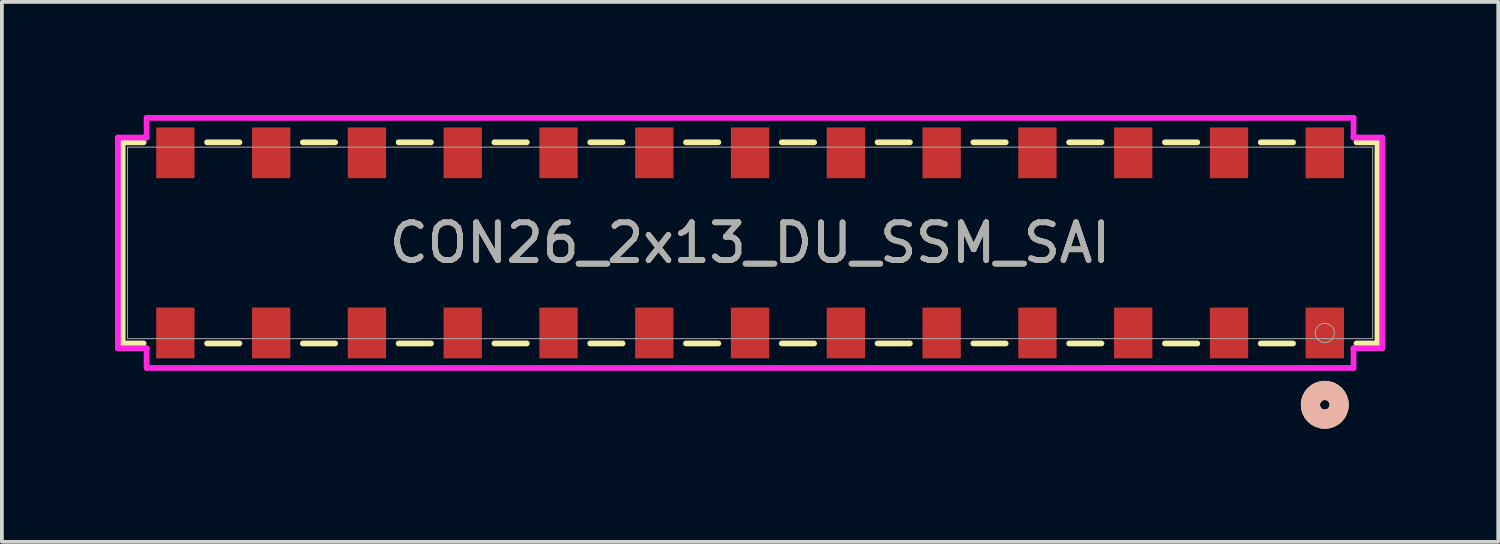
<source format=kicad_pcb>
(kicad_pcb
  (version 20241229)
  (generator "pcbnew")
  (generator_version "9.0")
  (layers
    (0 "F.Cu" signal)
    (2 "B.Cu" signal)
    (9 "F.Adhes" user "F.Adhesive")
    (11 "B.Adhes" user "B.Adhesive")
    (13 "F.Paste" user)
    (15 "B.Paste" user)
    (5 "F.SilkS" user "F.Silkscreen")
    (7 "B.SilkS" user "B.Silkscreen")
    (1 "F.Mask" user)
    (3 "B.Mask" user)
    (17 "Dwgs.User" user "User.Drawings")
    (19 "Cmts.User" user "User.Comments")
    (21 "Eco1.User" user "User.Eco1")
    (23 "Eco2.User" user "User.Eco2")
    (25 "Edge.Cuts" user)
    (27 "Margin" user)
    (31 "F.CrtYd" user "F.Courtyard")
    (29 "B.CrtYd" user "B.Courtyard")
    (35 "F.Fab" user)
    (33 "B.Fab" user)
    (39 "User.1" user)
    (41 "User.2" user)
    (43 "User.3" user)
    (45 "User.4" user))
  (footprint "CON26_2x13_DU_SSM_SAI"
    (layer "F.Cu")
    (at 16.84 3.391)
    (property "Reference" "CON26_2x13_DU_SSM_SAI" (at 0 0 0) (unlocked yes) (layer "F.SilkS") (effects (font (size 1 1) (thickness 0.15))))
    (attr smd)
    (fp_line (start -16.637 -2.667) (end -16.637 2.667) (stroke (width 0.152) (type solid)) (layer "F.SilkS"))
    (fp_line (start -16.637 2.667) (end -16.081 2.667) (stroke (width 0.152) (type solid)) (layer "F.SilkS"))
    (fp_line (start -16.081 -2.667) (end -16.637 -2.667) (stroke (width 0.152) (type solid)) (layer "F.SilkS"))
    (fp_line (start -14.399 2.667) (end -13.541 2.667) (stroke (width 0.152) (type solid)) (layer "F.SilkS"))
    (fp_line (start -13.541 -2.667) (end -14.399 -2.667) (stroke (width 0.152) (type solid)) (layer "F.SilkS"))
    (fp_line (start -11.859 2.667) (end -11.001 2.667) (stroke (width 0.152) (type solid)) (layer "F.SilkS"))
    (fp_line (start -11.001 -2.667) (end -11.859 -2.667) (stroke (width 0.152) (type solid)) (layer "F.SilkS"))
    (fp_line (start -9.319 2.667) (end -8.461 2.667) (stroke (width 0.152) (type solid)) (layer "F.SilkS"))
    (fp_line (start -8.461 -2.667) (end -9.319 -2.667) (stroke (width 0.152) (type solid)) (layer "F.SilkS"))
    (fp_line (start -6.779 2.667) (end -5.921 2.667) (stroke (width 0.152) (type solid)) (layer "F.SilkS"))
    (fp_line (start -5.921 -2.667) (end -6.779 -2.667) (stroke (width 0.152) (type solid)) (layer "F.SilkS"))
    (fp_line (start -4.239 2.667) (end -3.381 2.667) (stroke (width 0.152) (type solid)) (layer "F.SilkS"))
    (fp_line (start -3.381 -2.667) (end -4.239 -2.667) (stroke (width 0.152) (type solid)) (layer "F.SilkS"))
    (fp_line (start -1.699 2.667) (end -0.841 2.667) (stroke (width 0.152) (type solid)) (layer "F.SilkS"))
    (fp_line (start -0.841 -2.667) (end -1.699 -2.667) (stroke (width 0.152) (type solid)) (layer "F.SilkS"))
    (fp_line (start 0.841 2.667) (end 1.699 2.667) (stroke (width 0.152) (type solid)) (layer "F.SilkS"))
    (fp_line (start 1.699 -2.667) (end 0.841 -2.667) (stroke (width 0.152) (type solid)) (layer "F.SilkS"))
    (fp_line (start 3.381 2.667) (end 4.239 2.667) (stroke (width 0.152) (type solid)) (layer "F.SilkS"))
    (fp_line (start 4.239 -2.667) (end 3.381 -2.667) (stroke (width 0.152) (type solid)) (layer "F.SilkS"))
    (fp_line (start 5.921 2.667) (end 6.779 2.667) (stroke (width 0.152) (type solid)) (layer "F.SilkS"))
    (fp_line (start 6.779 -2.667) (end 5.921 -2.667) (stroke (width 0.152) (type solid)) (layer "F.SilkS"))
    (fp_line (start 8.461 2.667) (end 9.319 2.667) (stroke (width 0.152) (type solid)) (layer "F.SilkS"))
    (fp_line (start 9.319 -2.667) (end 8.461 -2.667) (stroke (width 0.152) (type solid)) (layer "F.SilkS"))
    (fp_line (start 11.001 2.667) (end 11.859 2.667) (stroke (width 0.152) (type solid)) (layer "F.SilkS"))
    (fp_line (start 11.859 -2.667) (end 11.001 -2.667) (stroke (width 0.152) (type solid)) (layer "F.SilkS"))
    (fp_line (start 13.541 2.667) (end 14.399 2.667) (stroke (width 0.152) (type solid)) (layer "F.SilkS"))
    (fp_line (start 14.399 -2.667) (end 13.541 -2.667) (stroke (width 0.152) (type solid)) (layer "F.SilkS"))
    (fp_line (start 16.081 2.667) (end 16.637 2.667) (stroke (width 0.152) (type solid)) (layer "F.SilkS"))
    (fp_line (start 16.637 -2.667) (end 16.081 -2.667) (stroke (width 0.152) (type solid)) (layer "F.SilkS"))
    (fp_line (start 16.637 2.667) (end 16.637 -2.667) (stroke (width 0.152) (type solid)) (layer "F.SilkS"))
    (fp_circle (center 15.24 4.293) (end 15.621 4.293) (stroke (width 0.508) (type solid)) (fill no) (layer "F.SilkS"))
    (fp_circle (center 15.24 4.293) (end 15.621 4.293) (stroke (width 0.508) (type solid)) (fill no) (layer "B.SilkS"))
    (fp_line (start -16.764 -2.794) (end -16.764 2.794) (stroke (width 0.152) (type solid)) (layer "F.CrtYd"))
    (fp_line (start -16.764 2.794) (end -16.002 2.794) (stroke (width 0.152) (type solid)) (layer "F.CrtYd"))
    (fp_line (start -16.002 -3.315) (end -16.002 -2.794) (stroke (width 0.152) (type solid)) (layer "F.CrtYd"))
    (fp_line (start -16.002 -2.794) (end -16.764 -2.794) (stroke (width 0.152) (type solid)) (layer "F.CrtYd"))
    (fp_line (start -16.002 2.794) (end -16.002 3.315) (stroke (width 0.152) (type solid)) (layer "F.CrtYd"))
    (fp_line (start -16.002 3.315) (end 16.002 3.315) (stroke (width 0.152) (type solid)) (layer "F.CrtYd"))
    (fp_line (start 16.002 -3.315) (end -16.002 -3.315) (stroke (width 0.152) (type solid)) (layer "F.CrtYd"))
    (fp_line (start 16.002 -2.794) (end 16.002 -3.315) (stroke (width 0.152) (type solid)) (layer "F.CrtYd"))
    (fp_line (start 16.002 2.794) (end 16.764 2.794) (stroke (width 0.152) (type solid)) (layer "F.CrtYd"))
    (fp_line (start 16.002 3.315) (end 16.002 2.794) (stroke (width 0.152) (type solid)) (layer "F.CrtYd"))
    (fp_line (start 16.764 -2.794) (end 16.002 -2.794) (stroke (width 0.152) (type solid)) (layer "F.CrtYd"))
    (fp_line (start 16.764 2.794) (end 16.764 -2.794) (stroke (width 0.152) (type solid)) (layer "F.CrtYd"))
    (fp_line (start -16.51 -2.54) (end -16.51 2.54) (stroke (width 0.025) (type solid)) (layer "F.Fab"))
    (fp_line (start -16.51 2.54) (end 16.51 2.54) (stroke (width 0.025) (type solid)) (layer "F.Fab"))
    (fp_line (start 16.51 -2.54) (end -16.51 -2.54) (stroke (width 0.025) (type solid)) (layer "F.Fab"))
    (fp_line (start 16.51 2.54) (end 16.51 -2.54) (stroke (width 0.025) (type solid)) (layer "F.Fab"))
    (fp_circle (center 15.24 2.388) (end 15.494 2.388) (stroke (width 0.025) (type solid)) (fill no) (layer "F.Fab"))
    (fp_text user "${REFERENCE}" (at 0 0 0) (unlocked yes) (layer "F.Fab") (effects (font (size 1 1) (thickness 0.15))))
    (pad "1" smd rect (at 15.24 2.388 90) (size 1.346 1.016) (layers "F.Cu" "F.Mask" "F.Paste"))
    (pad "2" smd rect (at 15.24 -2.388 90) (size 1.346 1.016) (layers "F.Cu" "F.Mask" "F.Paste"))
    (pad "3" smd rect (at 12.7 2.388 90) (size 1.346 1.016) (layers "F.Cu" "F.Mask" "F.Paste"))
    (pad "4" smd rect (at 12.7 -2.388 90) (size 1.346 1.016) (layers "F.Cu" "F.Mask" "F.Paste"))
    (pad "5" smd rect (at 10.16 2.388 90) (size 1.346 1.016) (layers "F.Cu" "F.Mask" "F.Paste"))
    (pad "6" smd rect (at 10.16 -2.388 90) (size 1.346 1.016) (layers "F.Cu" "F.Mask" "F.Paste"))
    (pad "7" smd rect (at 7.62 2.388 90) (size 1.346 1.016) (layers "F.Cu" "F.Mask" "F.Paste"))
    (pad "8" smd rect (at 7.62 -2.388 90) (size 1.346 1.016) (layers "F.Cu" "F.Mask" "F.Paste"))
    (pad "9" smd rect (at 5.08 2.388 90) (size 1.346 1.016) (layers "F.Cu" "F.Mask" "F.Paste"))
    (pad "10" smd rect (at 5.08 -2.388 90) (size 1.346 1.016) (layers "F.Cu" "F.Mask" "F.Paste"))
    (pad "11" smd rect (at 2.54 2.388 90) (size 1.346 1.016) (layers "F.Cu" "F.Mask" "F.Paste"))
    (pad "12" smd rect (at 2.54 -2.388 90) (size 1.346 1.016) (layers "F.Cu" "F.Mask" "F.Paste"))
    (pad "13" smd rect (at 0 2.388 90) (size 1.346 1.016) (layers "F.Cu" "F.Mask" "F.Paste"))
    (pad "14" smd rect (at 0 -2.388 90) (size 1.346 1.016) (layers "F.Cu" "F.Mask" "F.Paste"))
    (pad "15" smd rect (at -2.54 2.388 90) (size 1.346 1.016) (layers "F.Cu" "F.Mask" "F.Paste"))
    (pad "16" smd rect (at -2.54 -2.388 90) (size 1.346 1.016) (layers "F.Cu" "F.Mask" "F.Paste"))
    (pad "17" smd rect (at -5.08 2.388 90) (size 1.346 1.016) (layers "F.Cu" "F.Mask" "F.Paste"))
    (pad "18" smd rect (at -5.08 -2.388 90) (size 1.346 1.016) (layers "F.Cu" "F.Mask" "F.Paste"))
    (pad "19" smd rect (at -7.62 2.388 90) (size 1.346 1.016) (layers "F.Cu" "F.Mask" "F.Paste"))
    (pad "20" smd rect (at -7.62 -2.388 90) (size 1.346 1.016) (layers "F.Cu" "F.Mask" "F.Paste"))
    (pad "21" smd rect (at -10.16 2.388 90) (size 1.346 1.016) (layers "F.Cu" "F.Mask" "F.Paste"))
    (pad "22" smd rect (at -10.16 -2.388 90) (size 1.346 1.016) (layers "F.Cu" "F.Mask" "F.Paste"))
    (pad "23" smd rect (at -12.7 2.388 90) (size 1.346 1.016) (layers "F.Cu" "F.Mask" "F.Paste"))
    (pad "24" smd rect (at -12.7 -2.388 90) (size 1.346 1.016) (layers "F.Cu" "F.Mask" "F.Paste"))
    (pad "25" smd rect (at -15.24 2.388 90) (size 1.346 1.016) (layers "F.Cu" "F.Mask" "F.Paste"))
    (pad "26" smd rect (at -15.24 -2.388 90) (size 1.346 1.016) (layers "F.Cu" "F.Mask" "F.Paste")))
  (gr_rect
    (start -3 -3)
    (end 36.68 11.319)
    (stroke (width 0.1) (type default))
    (fill no)
    (layer "Edge.Cuts")))
</source>
